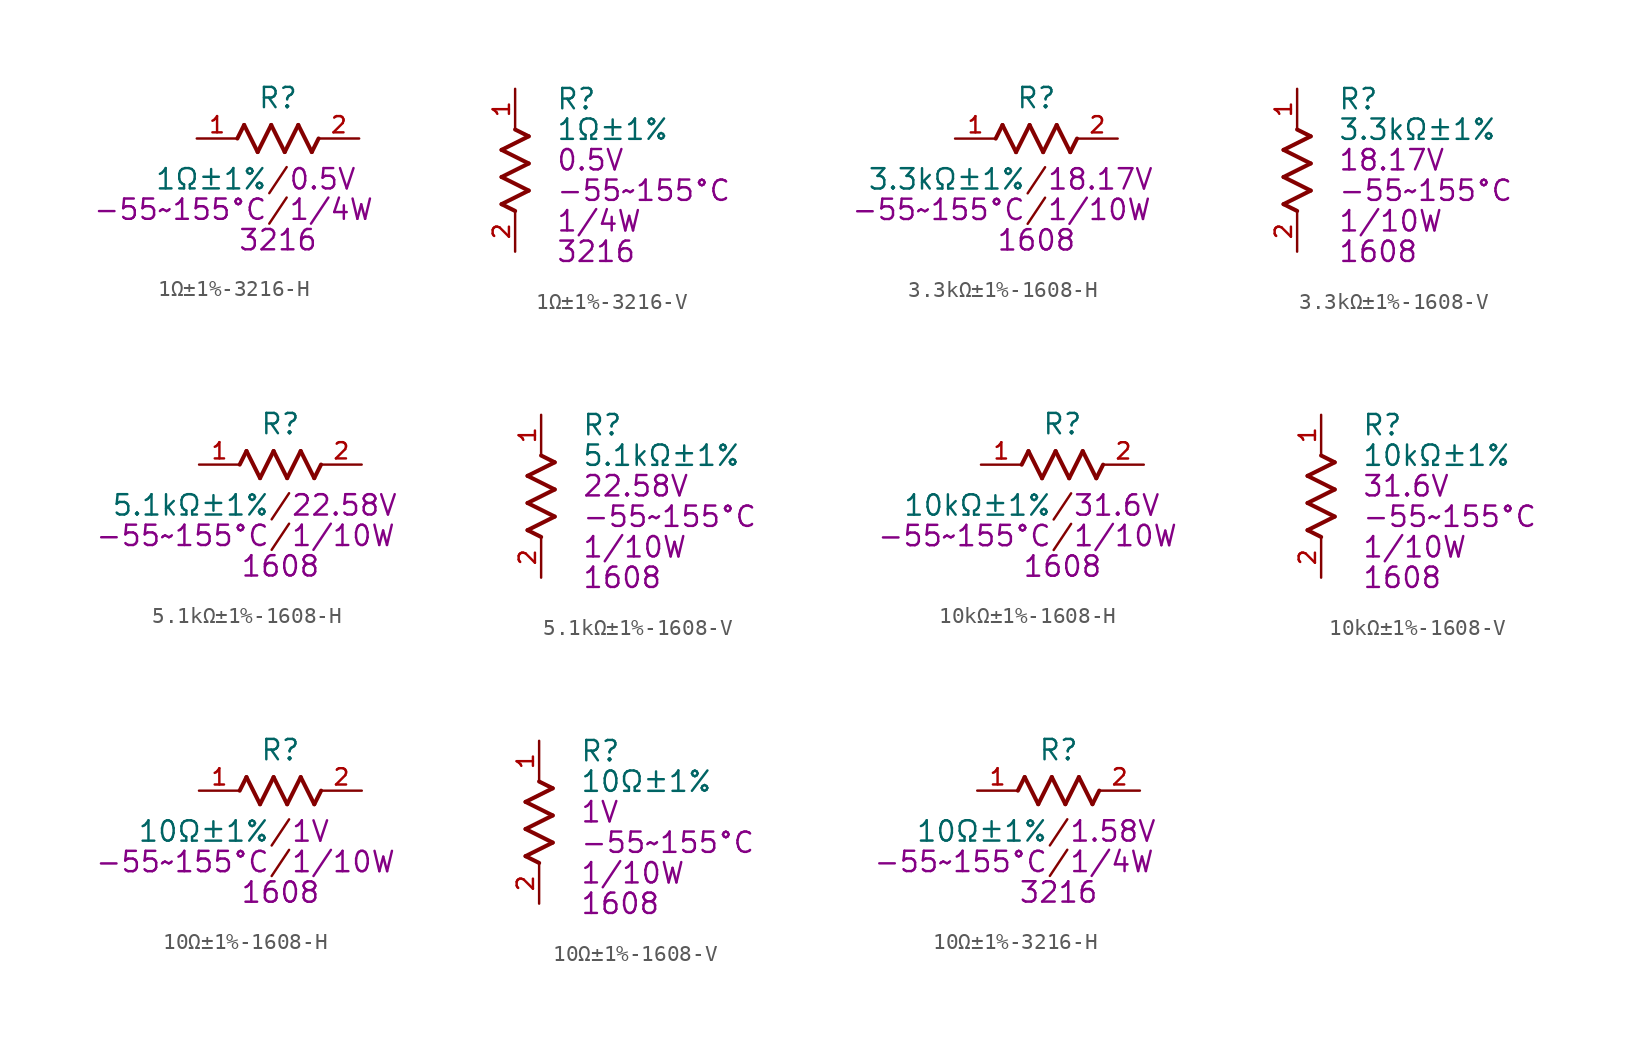
<source format=kicad_sym>
(kicad_symbol_lib
  (version 20231120)
  (generator "kicad_symbol_editor")
  (generator_version "8.0")
  (symbol "1Ω±1%-3216-H"
    (pin_names
      (offset 1.016))
    (property "Reference" "R"
      (at 0 2.54 0)
      (effects (font (size 1.27 1.27))))
    (property "Value" "1Ω±1%"
      (at -0.635 -2.54 0)
      (effects (font (size 1.27 1.27)) (justify right)))
    (property "VOLTAGE" "0.5V"
      (at 0.635 -2.54 0)
      (effects (font (size 1.27 1.27)) (justify left)))
    (property "TEMPERATURE" "-55~155°C"
      (at -0.635 -4.445 0)
      (effects (font (size 1.27 1.27)) (justify right)))
    (property "POWER" "1/4W"
      (at 0.635 -4.445 0)
      (effects (font (size 1.27 1.27)) (justify left)))
    (property "SIZE" "3216"
      (at 0 -6.35 0)
      (effects (font (size 1.27 1.27))))
    (symbol "1Ω±1%-3216-H_0_0"
      (polyline (pts (xy -2.117 0.847) (xy -2.541 0)) (stroke (width 0.254) (type default)) (fill (type none)))
      (polyline (pts (xy -1.27 -0.847) (xy -2.117 0.847)) (stroke (width 0.254) (type default)) (fill (type none)))
      (polyline (pts (xy -0.423 0.847) (xy -1.27 -0.847)) (stroke (width 0.254) (type default)) (fill (type none)))
      (polyline (pts (xy -0.423 0.847) (xy 0.423 -0.847)) (stroke (width 0.254) (type default)) (fill (type none)))
      (polyline (pts (xy 0.423 -0.847) (xy 1.27 0.847)) (stroke (width 0.254) (type default)) (fill (type none)))
      (polyline (pts (xy 1.27 0.847) (xy 2.117 -0.847)) (stroke (width 0.254) (type default)) (fill (type none)))
      (polyline (pts (xy 2.117 -0.847) (xy 2.541 0)) (stroke (width 0.254) (type default)) (fill (type none)))
      (text "/" (at 0 -4.445 0) (effects (font (size 1.27 1.27))))
      (text "/" (at 0 -2.54 0) (effects (font (size 1.27 1.27))))
      (pin passive line (at -5.08 0 0) (length 2.54) (name "~" (effects (font (size 1.016 1.016)))) (number "1" (effects (font (size 1.016 1.016)))))
      (pin passive line (at 5.08 0 180) (length 2.54) (name "~" (effects (font (size 1.016 1.016)))) (number "2" (effects (font (size 1.016 1.016)))))))
  (symbol "1Ω±1%-3216-V"
    (pin_names
      (offset 1.016))
    (property "Reference" "R"
      (at 2.54 4.445 0)
      (effects (font (size 1.27 1.27)) (justify left)))
    (property "Value" "1Ω±1%"
      (at 2.54 2.54 0)
      (effects (font (size 1.27 1.27)) (justify left)))
    (property "TEMPERATURE" "-55~155°C"
      (at 2.54 -1.27 0)
      (effects (font (size 1.27 1.27)) (justify left)))
    (property "POWER" "1/4W"
      (at 2.54 -3.175 0)
      (effects (font (size 1.27 1.27)) (justify left)))
    (property "VOLTAGE" "0.5V"
      (at 2.54 0.635 0)
      (effects (font (size 1.27 1.27)) (justify left)))
    (property "SIZE" "3216"
      (at 2.54 -5.08 0)
      (effects (font (size 1.27 1.27)) (justify left)))
    (symbol "1Ω±1%-3216-V_0_0"
      (polyline (pts (xy -0.847 -2.117) (xy 0 -2.541)) (stroke (width 0.254) (type default)) (fill (type none)))
      (polyline (pts (xy -0.847 -0.423) (xy 0.847 -1.27)) (stroke (width 0.254) (type default)) (fill (type none)))
      (polyline (pts (xy -0.847 1.27) (xy 0.847 2.117)) (stroke (width 0.254) (type default)) (fill (type none)))
      (polyline (pts (xy 0.847 -1.27) (xy -0.847 -2.117)) (stroke (width 0.254) (type default)) (fill (type none)))
      (polyline (pts (xy 0.847 0.423) (xy -0.847 -0.423)) (stroke (width 0.254) (type default)) (fill (type none)))
      (polyline (pts (xy 0.847 0.423) (xy -0.847 1.27)) (stroke (width 0.254) (type default)) (fill (type none)))
      (polyline (pts (xy 0.847 2.117) (xy 0 2.541)) (stroke (width 0.254) (type default)) (fill (type none)))
      (pin passive line (at 0 5.08 270) (length 2.54) (name "~" (effects (font (size 1.016 1.016)))) (number "1" (effects (font (size 1.016 1.016)))))
      (pin passive line (at 0 -5.08 90) (length 2.54) (name "~" (effects (font (size 1.016 1.016)))) (number "2" (effects (font (size 1.016 1.016)))))))
  (symbol "3.3kΩ±1%-1608-H"
    (pin_names
      (offset 1.016))
    (property "Reference" "R"
      (at 0 2.54 0)
      (effects (font (size 1.27 1.27))))
    (property "Value" "3.3kΩ±1%"
      (at -0.635 -2.54 0)
      (effects (font (size 1.27 1.27)) (justify right)))
    (property "VOLTAGE" "18.17V"
      (at 0.635 -2.54 0)
      (effects (font (size 1.27 1.27)) (justify left)))
    (property "TEMPERATURE" "-55~155°C"
      (at -0.635 -4.445 0)
      (effects (font (size 1.27 1.27)) (justify right)))
    (property "POWER" "1/10W"
      (at 0.635 -4.445 0)
      (effects (font (size 1.27 1.27)) (justify left)))
    (property "SIZE" "1608"
      (at 0 -6.35 0)
      (effects (font (size 1.27 1.27))))
    (symbol "3.3kΩ±1%-1608-H_0_0"
      (polyline (pts (xy -2.117 0.847) (xy -2.541 0)) (stroke (width 0.254) (type default)) (fill (type none)))
      (polyline (pts (xy -1.27 -0.847) (xy -2.117 0.847)) (stroke (width 0.254) (type default)) (fill (type none)))
      (polyline (pts (xy -0.423 0.847) (xy -1.27 -0.847)) (stroke (width 0.254) (type default)) (fill (type none)))
      (polyline (pts (xy -0.423 0.847) (xy 0.423 -0.847)) (stroke (width 0.254) (type default)) (fill (type none)))
      (polyline (pts (xy 0.423 -0.847) (xy 1.27 0.847)) (stroke (width 0.254) (type default)) (fill (type none)))
      (polyline (pts (xy 1.27 0.847) (xy 2.117 -0.847)) (stroke (width 0.254) (type default)) (fill (type none)))
      (polyline (pts (xy 2.117 -0.847) (xy 2.541 0)) (stroke (width 0.254) (type default)) (fill (type none)))
      (text "/" (at 0 -4.445 0) (effects (font (size 1.27 1.27))))
      (text "/" (at 0 -2.54 0) (effects (font (size 1.27 1.27))))
      (pin passive line (at -5.08 0 0) (length 2.54) (name "~" (effects (font (size 1.016 1.016)))) (number "1" (effects (font (size 1.016 1.016)))))
      (pin passive line (at 5.08 0 180) (length 2.54) (name "~" (effects (font (size 1.016 1.016)))) (number "2" (effects (font (size 1.016 1.016)))))))
  (symbol "3.3kΩ±1%-1608-V"
    (pin_names
      (offset 1.016))
    (property "Reference" "R"
      (at 2.54 4.445 0)
      (effects (font (size 1.27 1.27)) (justify left)))
    (property "Value" "3.3kΩ±1%"
      (at 2.54 2.54 0)
      (effects (font (size 1.27 1.27)) (justify left)))
    (property "TEMPERATURE" "-55~155°C"
      (at 2.54 -1.27 0)
      (effects (font (size 1.27 1.27)) (justify left)))
    (property "POWER" "1/10W"
      (at 2.54 -3.175 0)
      (effects (font (size 1.27 1.27)) (justify left)))
    (property "VOLTAGE" "18.17V"
      (at 2.54 0.635 0)
      (effects (font (size 1.27 1.27)) (justify left)))
    (property "SIZE" "1608"
      (at 2.54 -5.08 0)
      (effects (font (size 1.27 1.27)) (justify left)))
    (symbol "3.3kΩ±1%-1608-V_0_0"
      (polyline (pts (xy -0.847 -2.117) (xy 0 -2.541)) (stroke (width 0.254) (type default)) (fill (type none)))
      (polyline (pts (xy -0.847 -0.423) (xy 0.847 -1.27)) (stroke (width 0.254) (type default)) (fill (type none)))
      (polyline (pts (xy -0.847 1.27) (xy 0.847 2.117)) (stroke (width 0.254) (type default)) (fill (type none)))
      (polyline (pts (xy 0.847 -1.27) (xy -0.847 -2.117)) (stroke (width 0.254) (type default)) (fill (type none)))
      (polyline (pts (xy 0.847 0.423) (xy -0.847 -0.423)) (stroke (width 0.254) (type default)) (fill (type none)))
      (polyline (pts (xy 0.847 0.423) (xy -0.847 1.27)) (stroke (width 0.254) (type default)) (fill (type none)))
      (polyline (pts (xy 0.847 2.117) (xy 0 2.541)) (stroke (width 0.254) (type default)) (fill (type none)))
      (pin passive line (at 0 5.08 270) (length 2.54) (name "~" (effects (font (size 1.016 1.016)))) (number "1" (effects (font (size 1.016 1.016)))))
      (pin passive line (at 0 -5.08 90) (length 2.54) (name "~" (effects (font (size 1.016 1.016)))) (number "2" (effects (font (size 1.016 1.016)))))))
  (symbol "5.1kΩ±1%-1608-H"
    (pin_names
      (offset 1.016))
    (property "Reference" "R"
      (at 0 2.54 0)
      (effects (font (size 1.27 1.27))))
    (property "Value" "5.1kΩ±1%"
      (at -0.635 -2.54 0)
      (effects (font (size 1.27 1.27)) (justify right)))
    (property "VOLTAGE" "22.58V"
      (at 0.635 -2.54 0)
      (effects (font (size 1.27 1.27)) (justify left)))
    (property "TEMPERATURE" "-55~155°C"
      (at -0.635 -4.445 0)
      (effects (font (size 1.27 1.27)) (justify right)))
    (property "POWER" "1/10W"
      (at 0.635 -4.445 0)
      (effects (font (size 1.27 1.27)) (justify left)))
    (property "SIZE" "1608"
      (at 0 -6.35 0)
      (effects (font (size 1.27 1.27))))
    (symbol "5.1kΩ±1%-1608-H_0_0"
      (polyline (pts (xy -2.117 0.847) (xy -2.541 0)) (stroke (width 0.254) (type default)) (fill (type none)))
      (polyline (pts (xy -1.27 -0.847) (xy -2.117 0.847)) (stroke (width 0.254) (type default)) (fill (type none)))
      (polyline (pts (xy -0.423 0.847) (xy -1.27 -0.847)) (stroke (width 0.254) (type default)) (fill (type none)))
      (polyline (pts (xy -0.423 0.847) (xy 0.423 -0.847)) (stroke (width 0.254) (type default)) (fill (type none)))
      (polyline (pts (xy 0.423 -0.847) (xy 1.27 0.847)) (stroke (width 0.254) (type default)) (fill (type none)))
      (polyline (pts (xy 1.27 0.847) (xy 2.117 -0.847)) (stroke (width 0.254) (type default)) (fill (type none)))
      (polyline (pts (xy 2.117 -0.847) (xy 2.541 0)) (stroke (width 0.254) (type default)) (fill (type none)))
      (text "/" (at 0 -4.445 0) (effects (font (size 1.27 1.27))))
      (text "/" (at 0 -2.54 0) (effects (font (size 1.27 1.27))))
      (pin passive line (at -5.08 0 0) (length 2.54) (name "~" (effects (font (size 1.016 1.016)))) (number "1" (effects (font (size 1.016 1.016)))))
      (pin passive line (at 5.08 0 180) (length 2.54) (name "~" (effects (font (size 1.016 1.016)))) (number "2" (effects (font (size 1.016 1.016)))))))
  (symbol "5.1kΩ±1%-1608-V"
    (pin_names
      (offset 1.016))
    (property "Reference" "R"
      (at 2.54 4.445 0)
      (effects (font (size 1.27 1.27)) (justify left)))
    (property "Value" "5.1kΩ±1%"
      (at 2.54 2.54 0)
      (effects (font (size 1.27 1.27)) (justify left)))
    (property "TEMPERATURE" "-55~155°C"
      (at 2.54 -1.27 0)
      (effects (font (size 1.27 1.27)) (justify left)))
    (property "POWER" "1/10W"
      (at 2.54 -3.175 0)
      (effects (font (size 1.27 1.27)) (justify left)))
    (property "VOLTAGE" "22.58V"
      (at 2.54 0.635 0)
      (effects (font (size 1.27 1.27)) (justify left)))
    (property "SIZE" "1608"
      (at 2.54 -5.08 0)
      (effects (font (size 1.27 1.27)) (justify left)))
    (symbol "5.1kΩ±1%-1608-V_0_0"
      (polyline (pts (xy -0.847 -2.117) (xy 0 -2.541)) (stroke (width 0.254) (type default)) (fill (type none)))
      (polyline (pts (xy -0.847 -0.423) (xy 0.847 -1.27)) (stroke (width 0.254) (type default)) (fill (type none)))
      (polyline (pts (xy -0.847 1.27) (xy 0.847 2.117)) (stroke (width 0.254) (type default)) (fill (type none)))
      (polyline (pts (xy 0.847 -1.27) (xy -0.847 -2.117)) (stroke (width 0.254) (type default)) (fill (type none)))
      (polyline (pts (xy 0.847 0.423) (xy -0.847 -0.423)) (stroke (width 0.254) (type default)) (fill (type none)))
      (polyline (pts (xy 0.847 0.423) (xy -0.847 1.27)) (stroke (width 0.254) (type default)) (fill (type none)))
      (polyline (pts (xy 0.847 2.117) (xy 0 2.541)) (stroke (width 0.254) (type default)) (fill (type none)))
      (pin passive line (at 0 5.08 270) (length 2.54) (name "~" (effects (font (size 1.016 1.016)))) (number "1" (effects (font (size 1.016 1.016)))))
      (pin passive line (at 0 -5.08 90) (length 2.54) (name "~" (effects (font (size 1.016 1.016)))) (number "2" (effects (font (size 1.016 1.016)))))))
  (symbol "10kΩ±1%-1608-H"
    (pin_names
      (offset 1.016))
    (property "Reference" "R"
      (at 0 2.54 0)
      (effects (font (size 1.27 1.27))))
    (property "Value" "10kΩ±1%"
      (at -0.635 -2.54 0)
      (effects (font (size 1.27 1.27)) (justify right)))
    (property "VOLTAGE" "31.6V"
      (at 0.635 -2.54 0)
      (effects (font (size 1.27 1.27)) (justify left)))
    (property "TEMPERATURE" "-55~155°C"
      (at -0.635 -4.445 0)
      (effects (font (size 1.27 1.27)) (justify right)))
    (property "POWER" "1/10W"
      (at 0.635 -4.445 0)
      (effects (font (size 1.27 1.27)) (justify left)))
    (property "SIZE" "1608"
      (at 0 -6.35 0)
      (effects (font (size 1.27 1.27))))
    (symbol "10kΩ±1%-1608-H_0_0"
      (polyline (pts (xy -2.117 0.847) (xy -2.541 0)) (stroke (width 0.254) (type default)) (fill (type none)))
      (polyline (pts (xy -1.27 -0.847) (xy -2.117 0.847)) (stroke (width 0.254) (type default)) (fill (type none)))
      (polyline (pts (xy -0.423 0.847) (xy -1.27 -0.847)) (stroke (width 0.254) (type default)) (fill (type none)))
      (polyline (pts (xy -0.423 0.847) (xy 0.423 -0.847)) (stroke (width 0.254) (type default)) (fill (type none)))
      (polyline (pts (xy 0.423 -0.847) (xy 1.27 0.847)) (stroke (width 0.254) (type default)) (fill (type none)))
      (polyline (pts (xy 1.27 0.847) (xy 2.117 -0.847)) (stroke (width 0.254) (type default)) (fill (type none)))
      (polyline (pts (xy 2.117 -0.847) (xy 2.541 0)) (stroke (width 0.254) (type default)) (fill (type none)))
      (text "/" (at 0 -4.445 0) (effects (font (size 1.27 1.27))))
      (text "/" (at 0 -2.54 0) (effects (font (size 1.27 1.27))))
      (pin passive line (at -5.08 0 0) (length 2.54) (name "~" (effects (font (size 1.016 1.016)))) (number "1" (effects (font (size 1.016 1.016)))))
      (pin passive line (at 5.08 0 180) (length 2.54) (name "~" (effects (font (size 1.016 1.016)))) (number "2" (effects (font (size 1.016 1.016)))))))
  (symbol "10kΩ±1%-1608-V"
    (pin_names
      (offset 1.016))
    (property "Reference" "R"
      (at 2.54 4.445 0)
      (effects (font (size 1.27 1.27)) (justify left)))
    (property "Value" "10kΩ±1%"
      (at 2.54 2.54 0)
      (effects (font (size 1.27 1.27)) (justify left)))
    (property "TEMPERATURE" "-55~155°C"
      (at 2.54 -1.27 0)
      (effects (font (size 1.27 1.27)) (justify left)))
    (property "POWER" "1/10W"
      (at 2.54 -3.175 0)
      (effects (font (size 1.27 1.27)) (justify left)))
    (property "VOLTAGE" "31.6V"
      (at 2.54 0.635 0)
      (effects (font (size 1.27 1.27)) (justify left)))
    (property "SIZE" "1608"
      (at 2.54 -5.08 0)
      (effects (font (size 1.27 1.27)) (justify left)))
    (symbol "10kΩ±1%-1608-V_0_0"
      (polyline (pts (xy -0.847 -2.117) (xy 0 -2.541)) (stroke (width 0.254) (type default)) (fill (type none)))
      (polyline (pts (xy -0.847 -0.423) (xy 0.847 -1.27)) (stroke (width 0.254) (type default)) (fill (type none)))
      (polyline (pts (xy -0.847 1.27) (xy 0.847 2.117)) (stroke (width 0.254) (type default)) (fill (type none)))
      (polyline (pts (xy 0.847 -1.27) (xy -0.847 -2.117)) (stroke (width 0.254) (type default)) (fill (type none)))
      (polyline (pts (xy 0.847 0.423) (xy -0.847 -0.423)) (stroke (width 0.254) (type default)) (fill (type none)))
      (polyline (pts (xy 0.847 0.423) (xy -0.847 1.27)) (stroke (width 0.254) (type default)) (fill (type none)))
      (polyline (pts (xy 0.847 2.117) (xy 0 2.541)) (stroke (width 0.254) (type default)) (fill (type none)))
      (pin passive line (at 0 5.08 270) (length 2.54) (name "~" (effects (font (size 1.016 1.016)))) (number "1" (effects (font (size 1.016 1.016)))))
      (pin passive line (at 0 -5.08 90) (length 2.54) (name "~" (effects (font (size 1.016 1.016)))) (number "2" (effects (font (size 1.016 1.016)))))))
  (symbol "10Ω±1%-1608-H"
    (pin_names
      (offset 1.016))
    (property "Reference" "R"
      (at 0 2.54 0)
      (effects (font (size 1.27 1.27))))
    (property "Value" "10Ω±1%"
      (at -0.635 -2.54 0)
      (effects (font (size 1.27 1.27)) (justify right)))
    (property "VOLTAGE" "1V"
      (at 0.635 -2.54 0)
      (effects (font (size 1.27 1.27)) (justify left)))
    (property "TEMPERATURE" "-55~155°C"
      (at -0.635 -4.445 0)
      (effects (font (size 1.27 1.27)) (justify right)))
    (property "POWER" "1/10W"
      (at 0.635 -4.445 0)
      (effects (font (size 1.27 1.27)) (justify left)))
    (property "SIZE" "1608"
      (at 0 -6.35 0)
      (effects (font (size 1.27 1.27))))
    (symbol "10Ω±1%-1608-H_0_0"
      (polyline (pts (xy -2.117 0.847) (xy -2.541 0)) (stroke (width 0.254) (type default)) (fill (type none)))
      (polyline (pts (xy -1.27 -0.847) (xy -2.117 0.847)) (stroke (width 0.254) (type default)) (fill (type none)))
      (polyline (pts (xy -0.423 0.847) (xy -1.27 -0.847)) (stroke (width 0.254) (type default)) (fill (type none)))
      (polyline (pts (xy -0.423 0.847) (xy 0.423 -0.847)) (stroke (width 0.254) (type default)) (fill (type none)))
      (polyline (pts (xy 0.423 -0.847) (xy 1.27 0.847)) (stroke (width 0.254) (type default)) (fill (type none)))
      (polyline (pts (xy 1.27 0.847) (xy 2.117 -0.847)) (stroke (width 0.254) (type default)) (fill (type none)))
      (polyline (pts (xy 2.117 -0.847) (xy 2.541 0)) (stroke (width 0.254) (type default)) (fill (type none)))
      (text "/" (at 0 -4.445 0) (effects (font (size 1.27 1.27))))
      (text "/" (at 0 -2.54 0) (effects (font (size 1.27 1.27))))
      (pin passive line (at -5.08 0 0) (length 2.54) (name "~" (effects (font (size 1.016 1.016)))) (number "1" (effects (font (size 1.016 1.016)))))
      (pin passive line (at 5.08 0 180) (length 2.54) (name "~" (effects (font (size 1.016 1.016)))) (number "2" (effects (font (size 1.016 1.016)))))))
  (symbol "10Ω±1%-1608-V"
    (pin_names
      (offset 1.016))
    (property "Reference" "R"
      (at 2.54 4.445 0)
      (effects (font (size 1.27 1.27)) (justify left)))
    (property "Value" "10Ω±1%"
      (at 2.54 2.54 0)
      (effects (font (size 1.27 1.27)) (justify left)))
    (property "TEMPERATURE" "-55~155°C"
      (at 2.54 -1.27 0)
      (effects (font (size 1.27 1.27)) (justify left)))
    (property "POWER" "1/10W"
      (at 2.54 -3.175 0)
      (effects (font (size 1.27 1.27)) (justify left)))
    (property "VOLTAGE" "1V"
      (at 2.54 0.635 0)
      (effects (font (size 1.27 1.27)) (justify left)))
    (property "SIZE" "1608"
      (at 2.54 -5.08 0)
      (effects (font (size 1.27 1.27)) (justify left)))
    (symbol "10Ω±1%-1608-V_0_0"
      (polyline (pts (xy -0.847 -2.117) (xy 0 -2.541)) (stroke (width 0.254) (type default)) (fill (type none)))
      (polyline (pts (xy -0.847 -0.423) (xy 0.847 -1.27)) (stroke (width 0.254) (type default)) (fill (type none)))
      (polyline (pts (xy -0.847 1.27) (xy 0.847 2.117)) (stroke (width 0.254) (type default)) (fill (type none)))
      (polyline (pts (xy 0.847 -1.27) (xy -0.847 -2.117)) (stroke (width 0.254) (type default)) (fill (type none)))
      (polyline (pts (xy 0.847 0.423) (xy -0.847 -0.423)) (stroke (width 0.254) (type default)) (fill (type none)))
      (polyline (pts (xy 0.847 0.423) (xy -0.847 1.27)) (stroke (width 0.254) (type default)) (fill (type none)))
      (polyline (pts (xy 0.847 2.117) (xy 0 2.541)) (stroke (width 0.254) (type default)) (fill (type none)))
      (pin passive line (at 0 5.08 270) (length 2.54) (name "~" (effects (font (size 1.016 1.016)))) (number "1" (effects (font (size 1.016 1.016)))))
      (pin passive line (at 0 -5.08 90) (length 2.54) (name "~" (effects (font (size 1.016 1.016)))) (number "2" (effects (font (size 1.016 1.016)))))))
  (symbol "10Ω±1%-3216-H"
    (pin_names
      (offset 1.016))
    (property "Reference" "R"
      (at 0 2.54 0)
      (effects (font (size 1.27 1.27))))
    (property "Value" "10Ω±1%"
      (at -0.635 -2.54 0)
      (effects (font (size 1.27 1.27)) (justify right)))
    (property "VOLTAGE" "1.58V"
      (at 0.635 -2.54 0)
      (effects (font (size 1.27 1.27)) (justify left)))
    (property "TEMPERATURE" "-55~155°C"
      (at -0.635 -4.445 0)
      (effects (font (size 1.27 1.27)) (justify right)))
    (property "POWER" "1/4W"
      (at 0.635 -4.445 0)
      (effects (font (size 1.27 1.27)) (justify left)))
    (property "SIZE" "3216"
      (at 0 -6.35 0)
      (effects (font (size 1.27 1.27))))
    (symbol "10Ω±1%-3216-H_0_0"
      (polyline (pts (xy -2.117 0.847) (xy -2.541 0)) (stroke (width 0.254) (type default)) (fill (type none)))
      (polyline (pts (xy -1.27 -0.847) (xy -2.117 0.847)) (stroke (width 0.254) (type default)) (fill (type none)))
      (polyline (pts (xy -0.423 0.847) (xy -1.27 -0.847)) (stroke (width 0.254) (type default)) (fill (type none)))
      (polyline (pts (xy -0.423 0.847) (xy 0.423 -0.847)) (stroke (width 0.254) (type default)) (fill (type none)))
      (polyline (pts (xy 0.423 -0.847) (xy 1.27 0.847)) (stroke (width 0.254) (type default)) (fill (type none)))
      (polyline (pts (xy 1.27 0.847) (xy 2.117 -0.847)) (stroke (width 0.254) (type default)) (fill (type none)))
      (polyline (pts (xy 2.117 -0.847) (xy 2.541 0)) (stroke (width 0.254) (type default)) (fill (type none)))
      (text "/" (at 0 -4.445 0) (effects (font (size 1.27 1.27))))
      (text "/" (at 0 -2.54 0) (effects (font (size 1.27 1.27))))
      (pin passive line (at -5.08 0 0) (length 2.54) (name "~" (effects (font (size 1.016 1.016)))) (number "1" (effects (font (size 1.016 1.016)))))
      (pin passive line (at 5.08 0 180) (length 2.54) (name "~" (effects (font (size 1.016 1.016)))) (number "2" (effects (font (size 1.016 1.016))))))))
</source>
